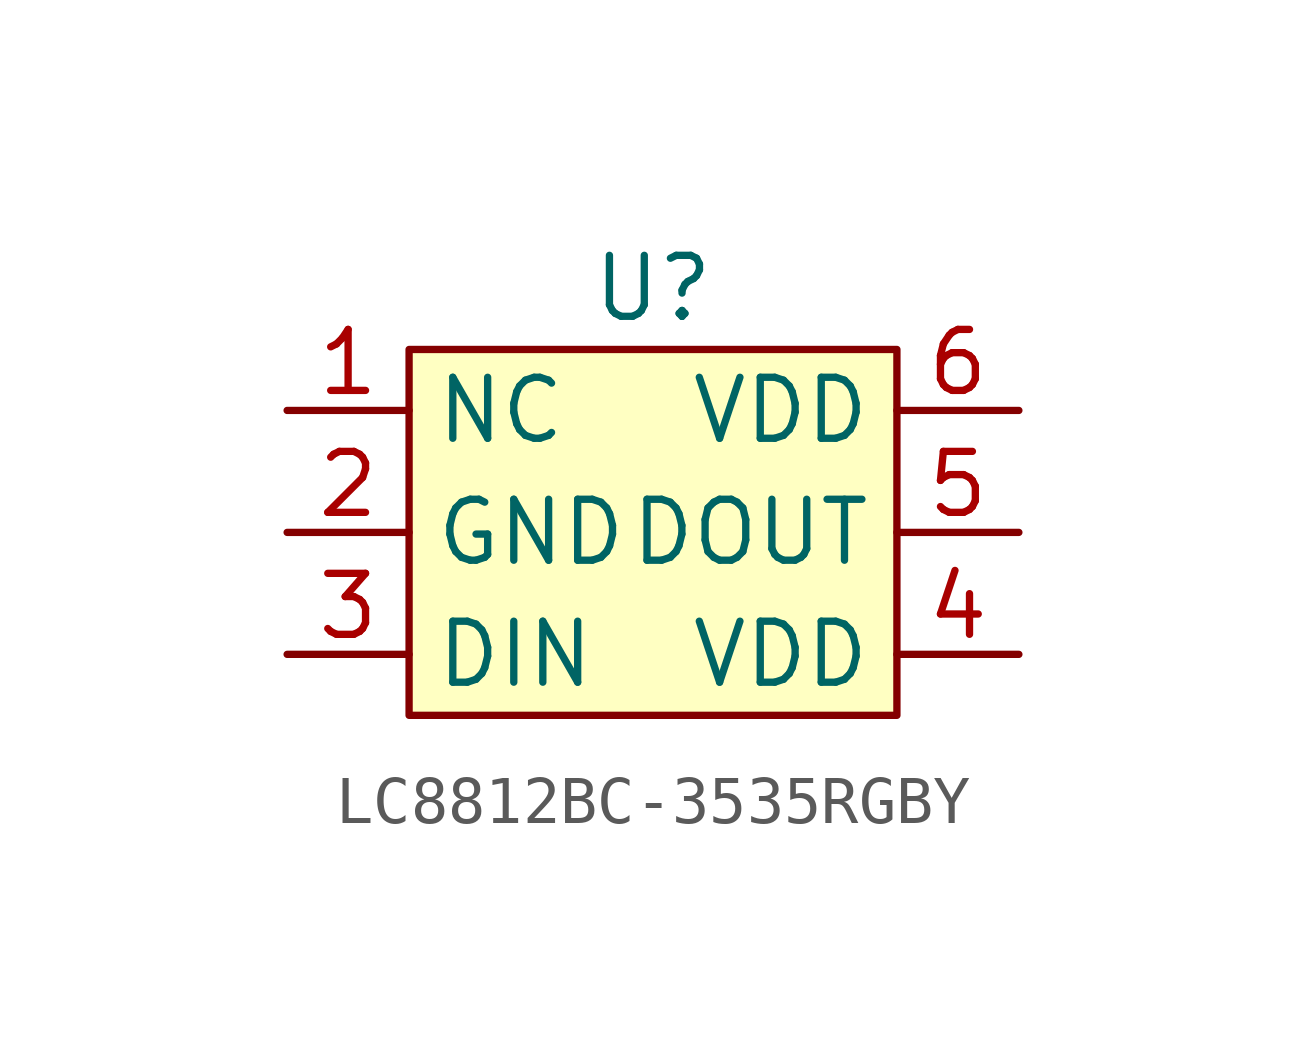
<source format=kicad_sym>
(kicad_symbol_lib
  (version 20241209)
  (generator "kicad_symbol_editor")
  (generator_version "9.0")
  (symbol "LC8812BC-3535RGBY"
    (property "Reference" "U"
      (at 0 5.08 0)
      (effects (font (size 1.27 1.27))))
    (property "Value" ""
      (at 0 0 0)
      (effects (font (size 1.27 1.27))))
    (symbol "LC8812BC-3535RGBY_1_1"
      (rectangle (start -5.08 3.81) (end 5.08 -3.81) (stroke (width 0) (type default)) (fill (type background)))
      (pin input line (at -7.62 2.54 0) (length 2.54) (name "NC" (effects (font (size 1.27 1.27)))) (number "1" (effects (font (size 1.27 1.27)))))
      (pin input line (at -7.62 0 0) (length 2.54) (name "GND" (effects (font (size 1.27 1.27)))) (number "2" (effects (font (size 1.27 1.27)))))
      (pin input line (at -7.62 -2.54 0) (length 2.54) (name "DIN" (effects (font (size 1.27 1.27)))) (number "3" (effects (font (size 1.27 1.27)))))
      (pin input line (at 7.62 2.54 180) (length 2.54) (name "VDD" (effects (font (size 1.27 1.27)))) (number "6" (effects (font (size 1.27 1.27)))))
      (pin input line (at 7.62 0 180) (length 2.54) (name "DOUT" (effects (font (size 1.27 1.27)))) (number "5" (effects (font (size 1.27 1.27)))))
      (pin input line (at 7.62 -2.54 180) (length 2.54) (name "VDD" (effects (font (size 1.27 1.27)))) (number "4" (effects (font (size 1.27 1.27))))))))
</source>
